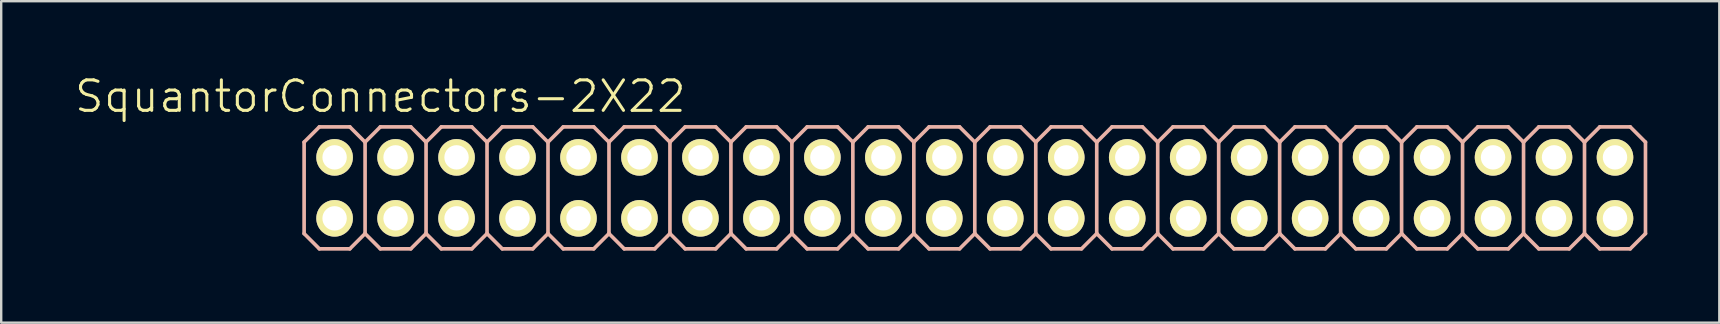
<source format=kicad_pcb>
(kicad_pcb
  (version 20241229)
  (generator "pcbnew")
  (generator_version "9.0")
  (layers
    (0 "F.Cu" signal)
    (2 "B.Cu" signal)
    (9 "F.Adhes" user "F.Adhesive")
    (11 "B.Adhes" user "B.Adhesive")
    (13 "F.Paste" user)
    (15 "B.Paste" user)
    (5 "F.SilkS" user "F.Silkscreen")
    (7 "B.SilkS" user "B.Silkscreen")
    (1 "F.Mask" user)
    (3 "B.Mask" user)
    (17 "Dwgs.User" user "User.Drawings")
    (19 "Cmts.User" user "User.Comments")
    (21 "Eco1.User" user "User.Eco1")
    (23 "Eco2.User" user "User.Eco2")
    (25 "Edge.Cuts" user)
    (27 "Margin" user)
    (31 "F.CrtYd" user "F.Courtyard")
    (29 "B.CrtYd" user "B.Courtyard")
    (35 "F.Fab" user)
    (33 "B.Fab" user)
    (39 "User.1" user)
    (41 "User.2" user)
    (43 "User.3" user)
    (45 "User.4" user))
  (footprint "SquantorConnectors-2X22"
    (layer "F.Cu")
    (at 36.289 4.776)
    (property "Reference" "SquantorConnectors-2X22" (at -23.495 -3.81 0) (layer "F.SilkS") (effects (font (size 1.27 1.27) (thickness 0.127))))
    (attr exclude_from_pos_files exclude_from_bom)
    (fp_line (start -25.654 -1.524) (end -25.146 -1.524) (stroke (width 0.066) (type solid)) (layer "F.SilkS"))
    (fp_line (start -25.654 -1.016) (end -25.654 -1.524) (stroke (width 0.066) (type solid)) (layer "F.SilkS"))
    (fp_line (start -25.654 -1.016) (end -25.146 -1.016) (stroke (width 0.066) (type solid)) (layer "F.SilkS"))
    (fp_line (start -25.654 1.016) (end -25.146 1.016) (stroke (width 0.066) (type solid)) (layer "F.SilkS"))
    (fp_line (start -25.654 1.524) (end -25.654 1.016) (stroke (width 0.066) (type solid)) (layer "F.SilkS"))
    (fp_line (start -25.654 1.524) (end -25.146 1.524) (stroke (width 0.066) (type solid)) (layer "F.SilkS"))
    (fp_line (start -25.146 -1.016) (end -25.146 -1.524) (stroke (width 0.066) (type solid)) (layer "F.SilkS"))
    (fp_line (start -25.146 1.524) (end -25.146 1.016) (stroke (width 0.066) (type solid)) (layer "F.SilkS"))
    (fp_line (start -23.114 -1.524) (end -22.606 -1.524) (stroke (width 0.066) (type solid)) (layer "F.SilkS"))
    (fp_line (start -23.114 -1.016) (end -23.114 -1.524) (stroke (width 0.066) (type solid)) (layer "F.SilkS"))
    (fp_line (start -23.114 -1.016) (end -22.606 -1.016) (stroke (width 0.066) (type solid)) (layer "F.SilkS"))
    (fp_line (start -23.114 1.016) (end -22.606 1.016) (stroke (width 0.066) (type solid)) (layer "F.SilkS"))
    (fp_line (start -23.114 1.524) (end -23.114 1.016) (stroke (width 0.066) (type solid)) (layer "F.SilkS"))
    (fp_line (start -23.114 1.524) (end -22.606 1.524) (stroke (width 0.066) (type solid)) (layer "F.SilkS"))
    (fp_line (start -22.606 -1.016) (end -22.606 -1.524) (stroke (width 0.066) (type solid)) (layer "F.SilkS"))
    (fp_line (start -22.606 1.524) (end -22.606 1.016) (stroke (width 0.066) (type solid)) (layer "F.SilkS"))
    (fp_line (start -20.574 -1.524) (end -20.066 -1.524) (stroke (width 0.066) (type solid)) (layer "F.SilkS"))
    (fp_line (start -20.574 -1.016) (end -20.574 -1.524) (stroke (width 0.066) (type solid)) (layer "F.SilkS"))
    (fp_line (start -20.574 -1.016) (end -20.066 -1.016) (stroke (width 0.066) (type solid)) (layer "F.SilkS"))
    (fp_line (start -20.574 1.016) (end -20.066 1.016) (stroke (width 0.066) (type solid)) (layer "F.SilkS"))
    (fp_line (start -20.574 1.524) (end -20.574 1.016) (stroke (width 0.066) (type solid)) (layer "F.SilkS"))
    (fp_line (start -20.574 1.524) (end -20.066 1.524) (stroke (width 0.066) (type solid)) (layer "F.SilkS"))
    (fp_line (start -20.066 -1.016) (end -20.066 -1.524) (stroke (width 0.066) (type solid)) (layer "F.SilkS"))
    (fp_line (start -20.066 1.524) (end -20.066 1.016) (stroke (width 0.066) (type solid)) (layer "F.SilkS"))
    (fp_line (start -18.034 -1.524) (end -17.523 -1.524) (stroke (width 0.066) (type solid)) (layer "F.SilkS"))
    (fp_line (start -18.034 -1.016) (end -18.034 -1.524) (stroke (width 0.066) (type solid)) (layer "F.SilkS"))
    (fp_line (start -18.034 -1.016) (end -17.523 -1.016) (stroke (width 0.066) (type solid)) (layer "F.SilkS"))
    (fp_line (start -18.034 1.016) (end -17.523 1.016) (stroke (width 0.066) (type solid)) (layer "F.SilkS"))
    (fp_line (start -18.034 1.524) (end -18.034 1.016) (stroke (width 0.066) (type solid)) (layer "F.SilkS"))
    (fp_line (start -18.034 1.524) (end -17.523 1.524) (stroke (width 0.066) (type solid)) (layer "F.SilkS"))
    (fp_line (start -17.523 -1.016) (end -17.523 -1.524) (stroke (width 0.066) (type solid)) (layer "F.SilkS"))
    (fp_line (start -17.523 1.524) (end -17.523 1.016) (stroke (width 0.066) (type solid)) (layer "F.SilkS"))
    (fp_line (start -15.494 -1.524) (end -14.986 -1.524) (stroke (width 0.066) (type solid)) (layer "F.SilkS"))
    (fp_line (start -15.494 -1.016) (end -15.494 -1.524) (stroke (width 0.066) (type solid)) (layer "F.SilkS"))
    (fp_line (start -15.494 -1.016) (end -14.986 -1.016) (stroke (width 0.066) (type solid)) (layer "F.SilkS"))
    (fp_line (start -15.494 1.016) (end -14.986 1.016) (stroke (width 0.066) (type solid)) (layer "F.SilkS"))
    (fp_line (start -15.494 1.524) (end -15.494 1.016) (stroke (width 0.066) (type solid)) (layer "F.SilkS"))
    (fp_line (start -15.494 1.524) (end -14.986 1.524) (stroke (width 0.066) (type solid)) (layer "F.SilkS"))
    (fp_line (start -14.986 -1.016) (end -14.986 -1.524) (stroke (width 0.066) (type solid)) (layer "F.SilkS"))
    (fp_line (start -14.986 1.524) (end -14.986 1.016) (stroke (width 0.066) (type solid)) (layer "F.SilkS"))
    (fp_line (start -12.954 -1.524) (end -12.446 -1.524) (stroke (width 0.066) (type solid)) (layer "F.SilkS"))
    (fp_line (start -12.954 -1.016) (end -12.954 -1.524) (stroke (width 0.066) (type solid)) (layer "F.SilkS"))
    (fp_line (start -12.954 -1.016) (end -12.446 -1.016) (stroke (width 0.066) (type solid)) (layer "F.SilkS"))
    (fp_line (start -12.954 1.016) (end -12.446 1.016) (stroke (width 0.066) (type solid)) (layer "F.SilkS"))
    (fp_line (start -12.954 1.524) (end -12.954 1.016) (stroke (width 0.066) (type solid)) (layer "F.SilkS"))
    (fp_line (start -12.954 1.524) (end -12.446 1.524) (stroke (width 0.066) (type solid)) (layer "F.SilkS"))
    (fp_line (start -12.446 -1.016) (end -12.446 -1.524) (stroke (width 0.066) (type solid)) (layer "F.SilkS"))
    (fp_line (start -12.446 1.524) (end -12.446 1.016) (stroke (width 0.066) (type solid)) (layer "F.SilkS"))
    (fp_line (start -10.414 -1.524) (end -9.906 -1.524) (stroke (width 0.066) (type solid)) (layer "F.SilkS"))
    (fp_line (start -10.414 -1.016) (end -10.414 -1.524) (stroke (width 0.066) (type solid)) (layer "F.SilkS"))
    (fp_line (start -10.414 -1.016) (end -9.906 -1.016) (stroke (width 0.066) (type solid)) (layer "F.SilkS"))
    (fp_line (start -10.414 1.016) (end -9.906 1.016) (stroke (width 0.066) (type solid)) (layer "F.SilkS"))
    (fp_line (start -10.414 1.524) (end -10.414 1.016) (stroke (width 0.066) (type solid)) (layer "F.SilkS"))
    (fp_line (start -10.414 1.524) (end -9.906 1.524) (stroke (width 0.066) (type solid)) (layer "F.SilkS"))
    (fp_line (start -9.906 -1.016) (end -9.906 -1.524) (stroke (width 0.066) (type solid)) (layer "F.SilkS"))
    (fp_line (start -9.906 1.524) (end -9.906 1.016) (stroke (width 0.066) (type solid)) (layer "F.SilkS"))
    (fp_line (start -7.874 -1.524) (end -7.366 -1.524) (stroke (width 0.066) (type solid)) (layer "F.SilkS"))
    (fp_line (start -7.874 -1.016) (end -7.874 -1.524) (stroke (width 0.066) (type solid)) (layer "F.SilkS"))
    (fp_line (start -7.874 -1.016) (end -7.366 -1.016) (stroke (width 0.066) (type solid)) (layer "F.SilkS"))
    (fp_line (start -7.874 1.016) (end -7.366 1.016) (stroke (width 0.066) (type solid)) (layer "F.SilkS"))
    (fp_line (start -7.874 1.524) (end -7.874 1.016) (stroke (width 0.066) (type solid)) (layer "F.SilkS"))
    (fp_line (start -7.874 1.524) (end -7.366 1.524) (stroke (width 0.066) (type solid)) (layer "F.SilkS"))
    (fp_line (start -7.366 -1.016) (end -7.366 -1.524) (stroke (width 0.066) (type solid)) (layer "F.SilkS"))
    (fp_line (start -7.366 1.524) (end -7.366 1.016) (stroke (width 0.066) (type solid)) (layer "F.SilkS"))
    (fp_line (start -5.334 -1.524) (end -4.826 -1.524) (stroke (width 0.066) (type solid)) (layer "F.SilkS"))
    (fp_line (start -5.334 -1.016) (end -5.334 -1.524) (stroke (width 0.066) (type solid)) (layer "F.SilkS"))
    (fp_line (start -5.334 -1.016) (end -4.826 -1.016) (stroke (width 0.066) (type solid)) (layer "F.SilkS"))
    (fp_line (start -5.334 1.016) (end -4.826 1.016) (stroke (width 0.066) (type solid)) (layer "F.SilkS"))
    (fp_line (start -5.334 1.524) (end -5.334 1.016) (stroke (width 0.066) (type solid)) (layer "F.SilkS"))
    (fp_line (start -5.334 1.524) (end -4.826 1.524) (stroke (width 0.066) (type solid)) (layer "F.SilkS"))
    (fp_line (start -4.826 -1.016) (end -4.826 -1.524) (stroke (width 0.066) (type solid)) (layer "F.SilkS"))
    (fp_line (start -4.826 1.524) (end -4.826 1.016) (stroke (width 0.066) (type solid)) (layer "F.SilkS"))
    (fp_line (start -2.794 -1.524) (end -2.286 -1.524) (stroke (width 0.066) (type solid)) (layer "F.SilkS"))
    (fp_line (start -2.794 -1.016) (end -2.794 -1.524) (stroke (width 0.066) (type solid)) (layer "F.SilkS"))
    (fp_line (start -2.794 -1.016) (end -2.286 -1.016) (stroke (width 0.066) (type solid)) (layer "F.SilkS"))
    (fp_line (start -2.794 1.016) (end -2.286 1.016) (stroke (width 0.066) (type solid)) (layer "F.SilkS"))
    (fp_line (start -2.794 1.524) (end -2.794 1.016) (stroke (width 0.066) (type solid)) (layer "F.SilkS"))
    (fp_line (start -2.794 1.524) (end -2.286 1.524) (stroke (width 0.066) (type solid)) (layer "F.SilkS"))
    (fp_line (start -2.286 -1.016) (end -2.286 -1.524) (stroke (width 0.066) (type solid)) (layer "F.SilkS"))
    (fp_line (start -2.286 1.524) (end -2.286 1.016) (stroke (width 0.066) (type solid)) (layer "F.SilkS"))
    (fp_line (start -0.254 -1.524) (end 0.254 -1.524) (stroke (width 0.066) (type solid)) (layer "F.SilkS"))
    (fp_line (start -0.254 -1.016) (end -0.254 -1.524) (stroke (width 0.066) (type solid)) (layer "F.SilkS"))
    (fp_line (start -0.254 -1.016) (end 0.254 -1.016) (stroke (width 0.066) (type solid)) (layer "F.SilkS"))
    (fp_line (start -0.254 1.016) (end 0.254 1.016) (stroke (width 0.066) (type solid)) (layer "F.SilkS"))
    (fp_line (start -0.254 1.524) (end -0.254 1.016) (stroke (width 0.066) (type solid)) (layer "F.SilkS"))
    (fp_line (start -0.254 1.524) (end 0.254 1.524) (stroke (width 0.066) (type solid)) (layer "F.SilkS"))
    (fp_line (start 0.254 -1.016) (end 0.254 -1.524) (stroke (width 0.066) (type solid)) (layer "F.SilkS"))
    (fp_line (start 0.254 1.524) (end 0.254 1.016) (stroke (width 0.066) (type solid)) (layer "F.SilkS"))
    (fp_line (start 2.286 -1.524) (end 2.794 -1.524) (stroke (width 0.066) (type solid)) (layer "F.SilkS"))
    (fp_line (start 2.286 -1.016) (end 2.286 -1.524) (stroke (width 0.066) (type solid)) (layer "F.SilkS"))
    (fp_line (start 2.286 -1.016) (end 2.794 -1.016) (stroke (width 0.066) (type solid)) (layer "F.SilkS"))
    (fp_line (start 2.286 1.016) (end 2.794 1.016) (stroke (width 0.066) (type solid)) (layer "F.SilkS"))
    (fp_line (start 2.286 1.524) (end 2.286 1.016) (stroke (width 0.066) (type solid)) (layer "F.SilkS"))
    (fp_line (start 2.286 1.524) (end 2.794 1.524) (stroke (width 0.066) (type solid)) (layer "F.SilkS"))
    (fp_line (start 2.794 -1.016) (end 2.794 -1.524) (stroke (width 0.066) (type solid)) (layer "F.SilkS"))
    (fp_line (start 2.794 1.524) (end 2.794 1.016) (stroke (width 0.066) (type solid)) (layer "F.SilkS"))
    (fp_line (start 4.826 -1.524) (end 5.334 -1.524) (stroke (width 0.066) (type solid)) (layer "F.SilkS"))
    (fp_line (start 4.826 -1.016) (end 4.826 -1.524) (stroke (width 0.066) (type solid)) (layer "F.SilkS"))
    (fp_line (start 4.826 -1.016) (end 5.334 -1.016) (stroke (width 0.066) (type solid)) (layer "F.SilkS"))
    (fp_line (start 4.826 1.016) (end 5.334 1.016) (stroke (width 0.066) (type solid)) (layer "F.SilkS"))
    (fp_line (start 4.826 1.524) (end 4.826 1.016) (stroke (width 0.066) (type solid)) (layer "F.SilkS"))
    (fp_line (start 4.826 1.524) (end 5.334 1.524) (stroke (width 0.066) (type solid)) (layer "F.SilkS"))
    (fp_line (start 5.334 -1.016) (end 5.334 -1.524) (stroke (width 0.066) (type solid)) (layer "F.SilkS"))
    (fp_line (start 5.334 1.524) (end 5.334 1.016) (stroke (width 0.066) (type solid)) (layer "F.SilkS"))
    (fp_line (start 7.366 -1.524) (end 7.874 -1.524) (stroke (width 0.066) (type solid)) (layer "F.SilkS"))
    (fp_line (start 7.366 -1.016) (end 7.366 -1.524) (stroke (width 0.066) (type solid)) (layer "F.SilkS"))
    (fp_line (start 7.366 -1.016) (end 7.874 -1.016) (stroke (width 0.066) (type solid)) (layer "F.SilkS"))
    (fp_line (start 7.366 1.016) (end 7.874 1.016) (stroke (width 0.066) (type solid)) (layer "F.SilkS"))
    (fp_line (start 7.366 1.524) (end 7.366 1.016) (stroke (width 0.066) (type solid)) (layer "F.SilkS"))
    (fp_line (start 7.366 1.524) (end 7.874 1.524) (stroke (width 0.066) (type solid)) (layer "F.SilkS"))
    (fp_line (start 7.874 -1.016) (end 7.874 -1.524) (stroke (width 0.066) (type solid)) (layer "F.SilkS"))
    (fp_line (start 7.874 1.524) (end 7.874 1.016) (stroke (width 0.066) (type solid)) (layer "F.SilkS"))
    (fp_line (start 9.906 -1.524) (end 10.414 -1.524) (stroke (width 0.066) (type solid)) (layer "F.SilkS"))
    (fp_line (start 9.906 -1.016) (end 9.906 -1.524) (stroke (width 0.066) (type solid)) (layer "F.SilkS"))
    (fp_line (start 9.906 -1.016) (end 10.414 -1.016) (stroke (width 0.066) (type solid)) (layer "F.SilkS"))
    (fp_line (start 9.906 1.016) (end 10.414 1.016) (stroke (width 0.066) (type solid)) (layer "F.SilkS"))
    (fp_line (start 9.906 1.524) (end 9.906 1.016) (stroke (width 0.066) (type solid)) (layer "F.SilkS"))
    (fp_line (start 9.906 1.524) (end 10.414 1.524) (stroke (width 0.066) (type solid)) (layer "F.SilkS"))
    (fp_line (start 10.414 -1.016) (end 10.414 -1.524) (stroke (width 0.066) (type solid)) (layer "F.SilkS"))
    (fp_line (start 10.414 1.524) (end 10.414 1.016) (stroke (width 0.066) (type solid)) (layer "F.SilkS"))
    (fp_line (start 12.446 -1.524) (end 12.954 -1.524) (stroke (width 0.066) (type solid)) (layer "F.SilkS"))
    (fp_line (start 12.446 -1.016) (end 12.446 -1.524) (stroke (width 0.066) (type solid)) (layer "F.SilkS"))
    (fp_line (start 12.446 -1.016) (end 12.954 -1.016) (stroke (width 0.066) (type solid)) (layer "F.SilkS"))
    (fp_line (start 12.446 1.016) (end 12.954 1.016) (stroke (width 0.066) (type solid)) (layer "F.SilkS"))
    (fp_line (start 12.446 1.524) (end 12.446 1.016) (stroke (width 0.066) (type solid)) (layer "F.SilkS"))
    (fp_line (start 12.446 1.524) (end 12.954 1.524) (stroke (width 0.066) (type solid)) (layer "F.SilkS"))
    (fp_line (start 12.954 -1.016) (end 12.954 -1.524) (stroke (width 0.066) (type solid)) (layer "F.SilkS"))
    (fp_line (start 12.954 1.524) (end 12.954 1.016) (stroke (width 0.066) (type solid)) (layer "F.SilkS"))
    (fp_line (start 14.986 -1.524) (end 15.494 -1.524) (stroke (width 0.066) (type solid)) (layer "F.SilkS"))
    (fp_line (start 14.986 -1.016) (end 14.986 -1.524) (stroke (width 0.066) (type solid)) (layer "F.SilkS"))
    (fp_line (start 14.986 -1.016) (end 15.494 -1.016) (stroke (width 0.066) (type solid)) (layer "F.SilkS"))
    (fp_line (start 14.986 1.016) (end 15.494 1.016) (stroke (width 0.066) (type solid)) (layer "F.SilkS"))
    (fp_line (start 14.986 1.524) (end 14.986 1.016) (stroke (width 0.066) (type solid)) (layer "F.SilkS"))
    (fp_line (start 14.986 1.524) (end 15.494 1.524) (stroke (width 0.066) (type solid)) (layer "F.SilkS"))
    (fp_line (start 15.494 -1.016) (end 15.494 -1.524) (stroke (width 0.066) (type solid)) (layer "F.SilkS"))
    (fp_line (start 15.494 1.524) (end 15.494 1.016) (stroke (width 0.066) (type solid)) (layer "F.SilkS"))
    (fp_line (start 17.523 -1.524) (end 18.034 -1.524) (stroke (width 0.066) (type solid)) (layer "F.SilkS"))
    (fp_line (start 17.523 -1.016) (end 17.523 -1.524) (stroke (width 0.066) (type solid)) (layer "F.SilkS"))
    (fp_line (start 17.523 -1.016) (end 18.034 -1.016) (stroke (width 0.066) (type solid)) (layer "F.SilkS"))
    (fp_line (start 17.523 1.016) (end 18.034 1.016) (stroke (width 0.066) (type solid)) (layer "F.SilkS"))
    (fp_line (start 17.523 1.524) (end 17.523 1.016) (stroke (width 0.066) (type solid)) (layer "F.SilkS"))
    (fp_line (start 17.523 1.524) (end 18.034 1.524) (stroke (width 0.066) (type solid)) (layer "F.SilkS"))
    (fp_line (start 18.034 -1.016) (end 18.034 -1.524) (stroke (width 0.066) (type solid)) (layer "F.SilkS"))
    (fp_line (start 18.034 1.524) (end 18.034 1.016) (stroke (width 0.066) (type solid)) (layer "F.SilkS"))
    (fp_line (start 20.066 -1.524) (end 20.574 -1.524) (stroke (width 0.066) (type solid)) (layer "F.SilkS"))
    (fp_line (start 20.066 -1.016) (end 20.066 -1.524) (stroke (width 0.066) (type solid)) (layer "F.SilkS"))
    (fp_line (start 20.066 -1.016) (end 20.574 -1.016) (stroke (width 0.066) (type solid)) (layer "F.SilkS"))
    (fp_line (start 20.066 1.016) (end 20.574 1.016) (stroke (width 0.066) (type solid)) (layer "F.SilkS"))
    (fp_line (start 20.066 1.524) (end 20.066 1.016) (stroke (width 0.066) (type solid)) (layer "F.SilkS"))
    (fp_line (start 20.066 1.524) (end 20.574 1.524) (stroke (width 0.066) (type solid)) (layer "F.SilkS"))
    (fp_line (start 20.574 -1.016) (end 20.574 -1.524) (stroke (width 0.066) (type solid)) (layer "F.SilkS"))
    (fp_line (start 20.574 1.524) (end 20.574 1.016) (stroke (width 0.066) (type solid)) (layer "F.SilkS"))
    (fp_line (start 22.606 -1.524) (end 23.114 -1.524) (stroke (width 0.066) (type solid)) (layer "F.SilkS"))
    (fp_line (start 22.606 -1.016) (end 22.606 -1.524) (stroke (width 0.066) (type solid)) (layer "F.SilkS"))
    (fp_line (start 22.606 -1.016) (end 23.114 -1.016) (stroke (width 0.066) (type solid)) (layer "F.SilkS"))
    (fp_line (start 22.606 1.016) (end 23.114 1.016) (stroke (width 0.066) (type solid)) (layer "F.SilkS"))
    (fp_line (start 22.606 1.524) (end 22.606 1.016) (stroke (width 0.066) (type solid)) (layer "F.SilkS"))
    (fp_line (start 22.606 1.524) (end 23.114 1.524) (stroke (width 0.066) (type solid)) (layer "F.SilkS"))
    (fp_line (start 23.114 -1.016) (end 23.114 -1.524) (stroke (width 0.066) (type solid)) (layer "F.SilkS"))
    (fp_line (start 23.114 1.524) (end 23.114 1.016) (stroke (width 0.066) (type solid)) (layer "F.SilkS"))
    (fp_line (start 25.146 -1.524) (end 25.654 -1.524) (stroke (width 0.066) (type solid)) (layer "F.SilkS"))
    (fp_line (start 25.146 -1.016) (end 25.146 -1.524) (stroke (width 0.066) (type solid)) (layer "F.SilkS"))
    (fp_line (start 25.146 -1.016) (end 25.654 -1.016) (stroke (width 0.066) (type solid)) (layer "F.SilkS"))
    (fp_line (start 25.146 1.016) (end 25.654 1.016) (stroke (width 0.066) (type solid)) (layer "F.SilkS"))
    (fp_line (start 25.146 1.524) (end 25.146 1.016) (stroke (width 0.066) (type solid)) (layer "F.SilkS"))
    (fp_line (start 25.146 1.524) (end 25.654 1.524) (stroke (width 0.066) (type solid)) (layer "F.SilkS"))
    (fp_line (start 25.654 -1.016) (end 25.654 -1.524) (stroke (width 0.066) (type solid)) (layer "F.SilkS"))
    (fp_line (start 25.654 1.524) (end 25.654 1.016) (stroke (width 0.066) (type solid)) (layer "F.SilkS"))
    (fp_line (start 27.686 -1.524) (end 28.194 -1.524) (stroke (width 0.066) (type solid)) (layer "F.SilkS"))
    (fp_line (start 27.686 -1.016) (end 27.686 -1.524) (stroke (width 0.066) (type solid)) (layer "F.SilkS"))
    (fp_line (start 27.686 -1.016) (end 28.194 -1.016) (stroke (width 0.066) (type solid)) (layer "F.SilkS"))
    (fp_line (start 27.686 1.016) (end 28.194 1.016) (stroke (width 0.066) (type solid)) (layer "F.SilkS"))
    (fp_line (start 27.686 1.524) (end 27.686 1.016) (stroke (width 0.066) (type solid)) (layer "F.SilkS"))
    (fp_line (start 27.686 1.524) (end 28.194 1.524) (stroke (width 0.066) (type solid)) (layer "F.SilkS"))
    (fp_line (start 28.194 -1.016) (end 28.194 -1.524) (stroke (width 0.066) (type solid)) (layer "F.SilkS"))
    (fp_line (start 28.194 1.524) (end 28.194 1.016) (stroke (width 0.066) (type solid)) (layer "F.SilkS"))
    (fp_line (start -26.67 -1.905) (end -26.035 -2.54) (stroke (width 0.152) (type solid)) (layer "B.SilkS"))
    (fp_line (start -26.67 1.905) (end -26.67 -1.905) (stroke (width 0.152) (type solid)) (layer "B.SilkS"))
    (fp_line (start -26.67 1.905) (end -26.035 2.54) (stroke (width 0.152) (type solid)) (layer "B.SilkS"))
    (fp_line (start -26.035 -2.54) (end -24.765 -2.54) (stroke (width 0.152) (type solid)) (layer "B.SilkS"))
    (fp_line (start -26.035 2.54) (end -24.765 2.54) (stroke (width 0.152) (type solid)) (layer "B.SilkS"))
    (fp_line (start -24.765 -2.54) (end -24.13 -1.905) (stroke (width 0.152) (type solid)) (layer "B.SilkS"))
    (fp_line (start -24.765 2.54) (end -24.13 1.905) (stroke (width 0.152) (type solid)) (layer "B.SilkS"))
    (fp_line (start -24.13 -1.905) (end -24.13 1.905) (stroke (width 0.152) (type solid)) (layer "B.SilkS"))
    (fp_line (start -24.13 -1.905) (end -23.495 -2.54) (stroke (width 0.152) (type solid)) (layer "B.SilkS"))
    (fp_line (start -24.13 1.905) (end -23.495 2.54) (stroke (width 0.152) (type solid)) (layer "B.SilkS"))
    (fp_line (start -23.495 -2.54) (end -22.225 -2.54) (stroke (width 0.152) (type solid)) (layer "B.SilkS"))
    (fp_line (start -23.495 2.54) (end -22.225 2.54) (stroke (width 0.152) (type solid)) (layer "B.SilkS"))
    (fp_line (start -22.225 -2.54) (end -21.59 -1.905) (stroke (width 0.152) (type solid)) (layer "B.SilkS"))
    (fp_line (start -22.225 2.54) (end -21.59 1.905) (stroke (width 0.152) (type solid)) (layer "B.SilkS"))
    (fp_line (start -21.59 -1.905) (end -21.59 1.905) (stroke (width 0.152) (type solid)) (layer "B.SilkS"))
    (fp_line (start -21.59 -1.905) (end -20.955 -2.54) (stroke (width 0.152) (type solid)) (layer "B.SilkS"))
    (fp_line (start -21.59 1.905) (end -20.955 2.54) (stroke (width 0.152) (type solid)) (layer "B.SilkS"))
    (fp_line (start -20.955 -2.54) (end -19.685 -2.54) (stroke (width 0.152) (type solid)) (layer "B.SilkS"))
    (fp_line (start -20.955 2.54) (end -19.685 2.54) (stroke (width 0.152) (type solid)) (layer "B.SilkS"))
    (fp_line (start -19.685 -2.54) (end -19.05 -1.905) (stroke (width 0.152) (type solid)) (layer "B.SilkS"))
    (fp_line (start -19.685 2.54) (end -19.05 1.905) (stroke (width 0.152) (type solid)) (layer "B.SilkS"))
    (fp_line (start -19.05 -1.905) (end -19.05 1.905) (stroke (width 0.152) (type solid)) (layer "B.SilkS"))
    (fp_line (start -19.05 -1.905) (end -18.415 -2.54) (stroke (width 0.152) (type solid)) (layer "B.SilkS"))
    (fp_line (start -19.05 1.905) (end -18.415 2.54) (stroke (width 0.152) (type solid)) (layer "B.SilkS"))
    (fp_line (start -18.415 -2.54) (end -17.145 -2.54) (stroke (width 0.152) (type solid)) (layer "B.SilkS"))
    (fp_line (start -18.415 2.54) (end -17.145 2.54) (stroke (width 0.152) (type solid)) (layer "B.SilkS"))
    (fp_line (start -17.145 -2.54) (end -16.51 -1.905) (stroke (width 0.152) (type solid)) (layer "B.SilkS"))
    (fp_line (start -17.145 2.54) (end -16.51 1.905) (stroke (width 0.152) (type solid)) (layer "B.SilkS"))
    (fp_line (start -16.51 -1.905) (end -16.51 1.905) (stroke (width 0.152) (type solid)) (layer "B.SilkS"))
    (fp_line (start -16.51 -1.905) (end -15.875 -2.54) (stroke (width 0.152) (type solid)) (layer "B.SilkS"))
    (fp_line (start -16.51 1.905) (end -15.875 2.54) (stroke (width 0.152) (type solid)) (layer "B.SilkS"))
    (fp_line (start -15.875 -2.54) (end -14.605 -2.54) (stroke (width 0.152) (type solid)) (layer "B.SilkS"))
    (fp_line (start -15.875 2.54) (end -14.605 2.54) (stroke (width 0.152) (type solid)) (layer "B.SilkS"))
    (fp_line (start -14.605 -2.54) (end -13.97 -1.905) (stroke (width 0.152) (type solid)) (layer "B.SilkS"))
    (fp_line (start -14.605 2.54) (end -13.97 1.905) (stroke (width 0.152) (type solid)) (layer "B.SilkS"))
    (fp_line (start -13.97 -1.905) (end -13.97 1.905) (stroke (width 0.152) (type solid)) (layer "B.SilkS"))
    (fp_line (start -13.97 -1.905) (end -13.335 -2.54) (stroke (width 0.152) (type solid)) (layer "B.SilkS"))
    (fp_line (start -13.97 1.905) (end -13.335 2.54) (stroke (width 0.152) (type solid)) (layer "B.SilkS"))
    (fp_line (start -13.335 -2.54) (end -12.065 -2.54) (stroke (width 0.152) (type solid)) (layer "B.SilkS"))
    (fp_line (start -13.335 2.54) (end -12.065 2.54) (stroke (width 0.152) (type solid)) (layer "B.SilkS"))
    (fp_line (start -12.065 -2.54) (end -11.43 -1.905) (stroke (width 0.152) (type solid)) (layer "B.SilkS"))
    (fp_line (start -12.065 2.54) (end -11.43 1.905) (stroke (width 0.152) (type solid)) (layer "B.SilkS"))
    (fp_line (start -11.43 -1.905) (end -11.43 1.905) (stroke (width 0.152) (type solid)) (layer "B.SilkS"))
    (fp_line (start -11.43 -1.905) (end -10.795 -2.54) (stroke (width 0.152) (type solid)) (layer "B.SilkS"))
    (fp_line (start -11.43 1.905) (end -10.795 2.54) (stroke (width 0.152) (type solid)) (layer "B.SilkS"))
    (fp_line (start -10.795 -2.54) (end -9.525 -2.54) (stroke (width 0.152) (type solid)) (layer "B.SilkS"))
    (fp_line (start -9.525 -2.54) (end -8.89 -1.905) (stroke (width 0.152) (type solid)) (layer "B.SilkS"))
    (fp_line (start -9.525 2.54) (end -10.795 2.54) (stroke (width 0.152) (type solid)) (layer "B.SilkS"))
    (fp_line (start -8.89 -1.905) (end -8.89 1.905) (stroke (width 0.152) (type solid)) (layer "B.SilkS"))
    (fp_line (start -8.89 -1.905) (end -8.255 -2.54) (stroke (width 0.152) (type solid)) (layer "B.SilkS"))
    (fp_line (start -8.89 1.905) (end -9.525 2.54) (stroke (width 0.152) (type solid)) (layer "B.SilkS"))
    (fp_line (start -8.89 1.905) (end -8.255 2.54) (stroke (width 0.152) (type solid)) (layer "B.SilkS"))
    (fp_line (start -8.255 -2.54) (end -6.985 -2.54) (stroke (width 0.152) (type solid)) (layer "B.SilkS"))
    (fp_line (start -6.985 -2.54) (end -6.35 -1.905) (stroke (width 0.152) (type solid)) (layer "B.SilkS"))
    (fp_line (start -6.985 2.54) (end -8.255 2.54) (stroke (width 0.152) (type solid)) (layer "B.SilkS"))
    (fp_line (start -6.35 -1.905) (end -6.35 1.905) (stroke (width 0.152) (type solid)) (layer "B.SilkS"))
    (fp_line (start -6.35 -1.905) (end -5.715 -2.54) (stroke (width 0.152) (type solid)) (layer "B.SilkS"))
    (fp_line (start -6.35 1.905) (end -6.985 2.54) (stroke (width 0.152) (type solid)) (layer "B.SilkS"))
    (fp_line (start -6.35 1.905) (end -5.715 2.54) (stroke (width 0.152) (type solid)) (layer "B.SilkS"))
    (fp_line (start -5.715 -2.54) (end -4.445 -2.54) (stroke (width 0.152) (type solid)) (layer "B.SilkS"))
    (fp_line (start -4.445 -2.54) (end -3.81 -1.905) (stroke (width 0.152) (type solid)) (layer "B.SilkS"))
    (fp_line (start -4.445 2.54) (end -5.715 2.54) (stroke (width 0.152) (type solid)) (layer "B.SilkS"))
    (fp_line (start -3.81 -1.905) (end -3.81 1.905) (stroke (width 0.152) (type solid)) (layer "B.SilkS"))
    (fp_line (start -3.81 -1.905) (end -3.175 -2.54) (stroke (width 0.152) (type solid)) (layer "B.SilkS"))
    (fp_line (start -3.81 1.905) (end -4.445 2.54) (stroke (width 0.152) (type solid)) (layer "B.SilkS"))
    (fp_line (start -3.81 1.905) (end -3.175 2.54) (stroke (width 0.152) (type solid)) (layer "B.SilkS"))
    (fp_line (start -3.175 -2.54) (end -1.905 -2.54) (stroke (width 0.152) (type solid)) (layer "B.SilkS"))
    (fp_line (start -1.905 -2.54) (end -1.27 -1.905) (stroke (width 0.152) (type solid)) (layer "B.SilkS"))
    (fp_line (start -1.905 2.54) (end -3.175 2.54) (stroke (width 0.152) (type solid)) (layer "B.SilkS"))
    (fp_line (start -1.27 -1.905) (end -1.27 1.905) (stroke (width 0.152) (type solid)) (layer "B.SilkS"))
    (fp_line (start -1.27 -1.905) (end -0.635 -2.54) (stroke (width 0.152) (type solid)) (layer "B.SilkS"))
    (fp_line (start -1.27 1.905) (end -1.905 2.54) (stroke (width 0.152) (type solid)) (layer "B.SilkS"))
    (fp_line (start -1.27 1.905) (end -0.635 2.54) (stroke (width 0.152) (type solid)) (layer "B.SilkS"))
    (fp_line (start -0.635 -2.54) (end 0.635 -2.54) (stroke (width 0.152) (type solid)) (layer "B.SilkS"))
    (fp_line (start 0.635 -2.54) (end 1.27 -1.905) (stroke (width 0.152) (type solid)) (layer "B.SilkS"))
    (fp_line (start 0.635 2.54) (end -0.635 2.54) (stroke (width 0.152) (type solid)) (layer "B.SilkS"))
    (fp_line (start 1.27 -1.905) (end 1.27 1.905) (stroke (width 0.152) (type solid)) (layer "B.SilkS"))
    (fp_line (start 1.27 -1.905) (end 1.905 -2.54) (stroke (width 0.152) (type solid)) (layer "B.SilkS"))
    (fp_line (start 1.27 1.905) (end 0.635 2.54) (stroke (width 0.152) (type solid)) (layer "B.SilkS"))
    (fp_line (start 1.27 1.905) (end 1.905 2.54) (stroke (width 0.152) (type solid)) (layer "B.SilkS"))
    (fp_line (start 1.905 -2.54) (end 3.175 -2.54) (stroke (width 0.152) (type solid)) (layer "B.SilkS"))
    (fp_line (start 3.175 2.54) (end 1.905 2.54) (stroke (width 0.152) (type solid)) (layer "B.SilkS"))
    (fp_line (start 3.81 -1.905) (end 3.175 -2.54) (stroke (width 0.152) (type solid)) (layer "B.SilkS"))
    (fp_line (start 3.81 -1.905) (end 3.81 1.905) (stroke (width 0.152) (type solid)) (layer "B.SilkS"))
    (fp_line (start 3.81 -1.905) (end 4.445 -2.54) (stroke (width 0.152) (type solid)) (layer "B.SilkS"))
    (fp_line (start 3.81 1.905) (end 3.175 2.54) (stroke (width 0.152) (type solid)) (layer "B.SilkS"))
    (fp_line (start 3.81 1.905) (end 4.445 2.54) (stroke (width 0.152) (type solid)) (layer "B.SilkS"))
    (fp_line (start 5.715 -2.54) (end 4.445 -2.54) (stroke (width 0.152) (type solid)) (layer "B.SilkS"))
    (fp_line (start 5.715 -2.54) (end 6.35 -1.905) (stroke (width 0.152) (type solid)) (layer "B.SilkS"))
    (fp_line (start 5.715 2.54) (end 4.445 2.54) (stroke (width 0.152) (type solid)) (layer "B.SilkS"))
    (fp_line (start 6.35 -1.905) (end 6.35 1.905) (stroke (width 0.152) (type solid)) (layer "B.SilkS"))
    (fp_line (start 6.35 -1.905) (end 6.985 -2.54) (stroke (width 0.152) (type solid)) (layer "B.SilkS"))
    (fp_line (start 6.35 1.905) (end 5.715 2.54) (stroke (width 0.152) (type solid)) (layer "B.SilkS"))
    (fp_line (start 6.35 1.905) (end 6.985 2.54) (stroke (width 0.152) (type solid)) (layer "B.SilkS"))
    (fp_line (start 8.255 -2.54) (end 6.985 -2.54) (stroke (width 0.152) (type solid)) (layer "B.SilkS"))
    (fp_line (start 8.255 -2.54) (end 8.89 -1.905) (stroke (width 0.152) (type solid)) (layer "B.SilkS"))
    (fp_line (start 8.255 2.54) (end 6.985 2.54) (stroke (width 0.152) (type solid)) (layer "B.SilkS"))
    (fp_line (start 8.89 -1.905) (end 8.89 1.905) (stroke (width 0.152) (type solid)) (layer "B.SilkS"))
    (fp_line (start 8.89 -1.905) (end 9.525 -2.54) (stroke (width 0.152) (type solid)) (layer "B.SilkS"))
    (fp_line (start 8.89 1.905) (end 8.255 2.54) (stroke (width 0.152) (type solid)) (layer "B.SilkS"))
    (fp_line (start 9.525 2.54) (end 8.89 1.905) (stroke (width 0.152) (type solid)) (layer "B.SilkS"))
    (fp_line (start 9.525 2.54) (end 10.795 2.54) (stroke (width 0.152) (type solid)) (layer "B.SilkS"))
    (fp_line (start 10.795 -2.54) (end 9.525 -2.54) (stroke (width 0.152) (type solid)) (layer "B.SilkS"))
    (fp_line (start 10.795 -2.54) (end 11.43 -1.905) (stroke (width 0.152) (type solid)) (layer "B.SilkS"))
    (fp_line (start 11.43 -1.905) (end 11.43 1.905) (stroke (width 0.152) (type solid)) (layer "B.SilkS"))
    (fp_line (start 11.43 -1.905) (end 12.065 -2.54) (stroke (width 0.152) (type solid)) (layer "B.SilkS"))
    (fp_line (start 11.43 1.905) (end 10.795 2.54) (stroke (width 0.152) (type solid)) (layer "B.SilkS"))
    (fp_line (start 12.065 2.54) (end 11.43 1.905) (stroke (width 0.152) (type solid)) (layer "B.SilkS"))
    (fp_line (start 12.065 2.54) (end 13.335 2.54) (stroke (width 0.152) (type solid)) (layer "B.SilkS"))
    (fp_line (start 13.335 -2.54) (end 12.065 -2.54) (stroke (width 0.152) (type solid)) (layer "B.SilkS"))
    (fp_line (start 13.335 -2.54) (end 13.97 -1.905) (stroke (width 0.152) (type solid)) (layer "B.SilkS"))
    (fp_line (start 13.97 -1.905) (end 13.97 1.905) (stroke (width 0.152) (type solid)) (layer "B.SilkS"))
    (fp_line (start 13.97 -1.905) (end 14.605 -2.54) (stroke (width 0.152) (type solid)) (layer "B.SilkS"))
    (fp_line (start 13.97 1.905) (end 13.335 2.54) (stroke (width 0.152) (type solid)) (layer "B.SilkS"))
    (fp_line (start 13.97 1.905) (end 14.605 2.54) (stroke (width 0.152) (type solid)) (layer "B.SilkS"))
    (fp_line (start 15.875 -2.54) (end 14.605 -2.54) (stroke (width 0.152) (type solid)) (layer "B.SilkS"))
    (fp_line (start 15.875 -2.54) (end 16.51 -1.905) (stroke (width 0.152) (type solid)) (layer "B.SilkS"))
    (fp_line (start 15.875 2.54) (end 14.605 2.54) (stroke (width 0.152) (type solid)) (layer "B.SilkS"))
    (fp_line (start 16.51 -1.905) (end 16.51 1.905) (stroke (width 0.152) (type solid)) (layer "B.SilkS"))
    (fp_line (start 16.51 -1.905) (end 17.145 -2.54) (stroke (width 0.152) (type solid)) (layer "B.SilkS"))
    (fp_line (start 16.51 1.905) (end 15.875 2.54) (stroke (width 0.152) (type solid)) (layer "B.SilkS"))
    (fp_line (start 16.51 1.905) (end 17.145 2.54) (stroke (width 0.152) (type solid)) (layer "B.SilkS"))
    (fp_line (start 18.415 -2.54) (end 17.145 -2.54) (stroke (width 0.152) (type solid)) (layer "B.SilkS"))
    (fp_line (start 18.415 -2.54) (end 19.05 -1.905) (stroke (width 0.152) (type solid)) (layer "B.SilkS"))
    (fp_line (start 18.415 2.54) (end 17.145 2.54) (stroke (width 0.152) (type solid)) (layer "B.SilkS"))
    (fp_line (start 19.05 -1.905) (end 19.05 1.905) (stroke (width 0.152) (type solid)) (layer "B.SilkS"))
    (fp_line (start 19.05 -1.905) (end 19.685 -2.54) (stroke (width 0.152) (type solid)) (layer "B.SilkS"))
    (fp_line (start 19.05 1.905) (end 18.415 2.54) (stroke (width 0.152) (type solid)) (layer "B.SilkS"))
    (fp_line (start 19.05 1.905) (end 19.685 2.54) (stroke (width 0.152) (type solid)) (layer "B.SilkS"))
    (fp_line (start 20.955 -2.54) (end 19.685 -2.54) (stroke (width 0.152) (type solid)) (layer "B.SilkS"))
    (fp_line (start 20.955 -2.54) (end 21.59 -1.905) (stroke (width 0.152) (type solid)) (layer "B.SilkS"))
    (fp_line (start 20.955 2.54) (end 19.685 2.54) (stroke (width 0.152) (type solid)) (layer "B.SilkS"))
    (fp_line (start 21.59 -1.905) (end 21.59 1.905) (stroke (width 0.152) (type solid)) (layer "B.SilkS"))
    (fp_line (start 21.59 -1.905) (end 22.225 -2.54) (stroke (width 0.152) (type solid)) (layer "B.SilkS"))
    (fp_line (start 21.59 1.905) (end 20.955 2.54) (stroke (width 0.152) (type solid)) (layer "B.SilkS"))
    (fp_line (start 21.59 1.905) (end 22.225 2.54) (stroke (width 0.152) (type solid)) (layer "B.SilkS"))
    (fp_line (start 23.495 -2.54) (end 22.225 -2.54) (stroke (width 0.152) (type solid)) (layer "B.SilkS"))
    (fp_line (start 23.495 -2.54) (end 24.13 -1.905) (stroke (width 0.152) (type solid)) (layer "B.SilkS"))
    (fp_line (start 23.495 2.54) (end 22.225 2.54) (stroke (width 0.152) (type solid)) (layer "B.SilkS"))
    (fp_line (start 24.13 -1.905) (end 24.13 1.905) (stroke (width 0.152) (type solid)) (layer "B.SilkS"))
    (fp_line (start 24.13 -1.905) (end 24.765 -2.54) (stroke (width 0.152) (type solid)) (layer "B.SilkS"))
    (fp_line (start 24.13 1.905) (end 23.495 2.54) (stroke (width 0.152) (type solid)) (layer "B.SilkS"))
    (fp_line (start 24.13 1.905) (end 24.765 2.54) (stroke (width 0.152) (type solid)) (layer "B.SilkS"))
    (fp_line (start 26.035 -2.54) (end 24.765 -2.54) (stroke (width 0.152) (type solid)) (layer "B.SilkS"))
    (fp_line (start 26.035 -2.54) (end 26.67 -1.905) (stroke (width 0.152) (type solid)) (layer "B.SilkS"))
    (fp_line (start 26.035 2.54) (end 24.765 2.54) (stroke (width 0.152) (type solid)) (layer "B.SilkS"))
    (fp_line (start 26.67 -1.905) (end 26.67 1.905) (stroke (width 0.152) (type solid)) (layer "B.SilkS"))
    (fp_line (start 26.67 -1.905) (end 27.305 -2.54) (stroke (width 0.152) (type solid)) (layer "B.SilkS"))
    (fp_line (start 26.67 1.905) (end 26.035 2.54) (stroke (width 0.152) (type solid)) (layer "B.SilkS"))
    (fp_line (start 26.67 1.905) (end 27.305 2.54) (stroke (width 0.152) (type solid)) (layer "B.SilkS"))
    (fp_line (start 28.575 -2.54) (end 27.305 -2.54) (stroke (width 0.152) (type solid)) (layer "B.SilkS"))
    (fp_line (start 28.575 -2.54) (end 29.21 -1.905) (stroke (width 0.152) (type solid)) (layer "B.SilkS"))
    (fp_line (start 28.575 2.54) (end 27.305 2.54) (stroke (width 0.152) (type solid)) (layer "B.SilkS"))
    (fp_line (start 29.21 -1.905) (end 29.21 1.905) (stroke (width 0.152) (type solid)) (layer "B.SilkS"))
    (fp_line (start 29.21 1.905) (end 28.575 2.54) (stroke (width 0.152) (type solid)) (layer "B.SilkS"))
    (pad "1" thru_hole circle (at -25.4 1.27) (size 1.524 1.524) (drill 1.016) (layers "*.Cu" "F.Mask" "F.SilkS" "F.Paste"))
    (pad "2" thru_hole circle (at -25.4 -1.27) (size 1.524 1.524) (drill 1.016) (layers "*.Cu" "F.Mask" "F.SilkS" "F.Paste"))
    (pad "3" thru_hole circle (at -22.86 1.27) (size 1.524 1.524) (drill 1.016) (layers "*.Cu" "F.Mask" "F.SilkS" "F.Paste"))
    (pad "4" thru_hole circle (at -22.86 -1.27) (size 1.524 1.524) (drill 1.016) (layers "*.Cu" "F.Mask" "F.SilkS" "F.Paste"))
    (pad "5" thru_hole circle (at -20.32 1.27) (size 1.524 1.524) (drill 1.016) (layers "*.Cu" "F.Mask" "F.SilkS" "F.Paste"))
    (pad "6" thru_hole circle (at -20.32 -1.27) (size 1.524 1.524) (drill 1.016) (layers "*.Cu" "F.Mask" "F.SilkS" "F.Paste"))
    (pad "7" thru_hole circle (at -17.78 1.27) (size 1.524 1.524) (drill 1.016) (layers "*.Cu" "F.Mask" "F.SilkS" "F.Paste"))
    (pad "8" thru_hole circle (at -17.78 -1.27) (size 1.524 1.524) (drill 1.016) (layers "*.Cu" "F.Mask" "F.SilkS" "F.Paste"))
    (pad "9" thru_hole circle (at -15.24 1.27) (size 1.524 1.524) (drill 1.016) (layers "*.Cu" "F.Mask" "F.SilkS" "F.Paste"))
    (pad "10" thru_hole circle (at -15.24 -1.27) (size 1.524 1.524) (drill 1.016) (layers "*.Cu" "F.Mask" "F.SilkS" "F.Paste"))
    (pad "11" thru_hole circle (at -12.7 1.27) (size 1.524 1.524) (drill 1.016) (layers "*.Cu" "F.Mask" "F.SilkS" "F.Paste"))
    (pad "12" thru_hole circle (at -12.7 -1.27) (size 1.524 1.524) (drill 1.016) (layers "*.Cu" "F.Mask" "F.SilkS" "F.Paste"))
    (pad "13" thru_hole circle (at -10.16 1.27) (size 1.524 1.524) (drill 1.016) (layers "*.Cu" "F.Mask" "F.SilkS" "F.Paste"))
    (pad "14" thru_hole circle (at -10.16 -1.27) (size 1.524 1.524) (drill 1.016) (layers "*.Cu" "F.Mask" "F.SilkS" "F.Paste"))
    (pad "15" thru_hole circle (at -7.62 1.27) (size 1.524 1.524) (drill 1.016) (layers "*.Cu" "F.Mask" "F.SilkS" "F.Paste"))
    (pad "16" thru_hole circle (at -7.62 -1.27) (size 1.524 1.524) (drill 1.016) (layers "*.Cu" "F.Mask" "F.SilkS" "F.Paste"))
    (pad "17" thru_hole circle (at -5.08 1.27) (size 1.524 1.524) (drill 1.016) (layers "*.Cu" "F.Mask" "F.SilkS" "F.Paste"))
    (pad "18" thru_hole circle (at -5.08 -1.27) (size 1.524 1.524) (drill 1.016) (layers "*.Cu" "F.Mask" "F.SilkS" "F.Paste"))
    (pad "19" thru_hole circle (at -2.54 1.27) (size 1.524 1.524) (drill 1.016) (layers "*.Cu" "F.Mask" "F.SilkS" "F.Paste"))
    (pad "20" thru_hole circle (at -2.54 -1.27) (size 1.524 1.524) (drill 1.016) (layers "*.Cu" "F.Mask" "F.SilkS" "F.Paste"))
    (pad "21" thru_hole circle (at 0 1.27) (size 1.524 1.524) (drill 1.016) (layers "*.Cu" "F.Mask" "F.SilkS" "F.Paste"))
    (pad "22" thru_hole circle (at 0 -1.27) (size 1.524 1.524) (drill 1.016) (layers "*.Cu" "F.Mask" "F.SilkS" "F.Paste"))
    (pad "23" thru_hole circle (at 2.54 1.27) (size 1.524 1.524) (drill 1.016) (layers "*.Cu" "F.Mask" "F.SilkS" "F.Paste"))
    (pad "24" thru_hole circle (at 2.54 -1.27) (size 1.524 1.524) (drill 1.016) (layers "*.Cu" "F.Mask" "F.SilkS" "F.Paste"))
    (pad "25" thru_hole circle (at 5.08 1.27) (size 1.524 1.524) (drill 1.016) (layers "*.Cu" "F.Mask" "F.SilkS" "F.Paste"))
    (pad "26" thru_hole circle (at 5.08 -1.27) (size 1.524 1.524) (drill 1.016) (layers "*.Cu" "F.Mask" "F.SilkS" "F.Paste"))
    (pad "27" thru_hole circle (at 7.62 1.27) (size 1.524 1.524) (drill 1.016) (layers "*.Cu" "F.Mask" "F.SilkS" "F.Paste"))
    (pad "28" thru_hole circle (at 7.62 -1.27) (size 1.524 1.524) (drill 1.016) (layers "*.Cu" "F.Mask" "F.SilkS" "F.Paste"))
    (pad "29" thru_hole circle (at 10.16 1.27) (size 1.524 1.524) (drill 1.016) (layers "*.Cu" "F.Mask" "F.SilkS" "F.Paste"))
    (pad "30" thru_hole circle (at 10.16 -1.27) (size 1.524 1.524) (drill 1.016) (layers "*.Cu" "F.Mask" "F.SilkS" "F.Paste"))
    (pad "31" thru_hole circle (at 12.7 1.27) (size 1.524 1.524) (drill 1.016) (layers "*.Cu" "F.Mask" "F.SilkS" "F.Paste"))
    (pad "32" thru_hole circle (at 12.7 -1.27) (size 1.524 1.524) (drill 1.016) (layers "*.Cu" "F.Mask" "F.SilkS" "F.Paste"))
    (pad "33" thru_hole circle (at 15.24 1.27) (size 1.524 1.524) (drill 1.016) (layers "*.Cu" "F.Mask" "F.SilkS" "F.Paste"))
    (pad "34" thru_hole circle (at 15.24 -1.27) (size 1.524 1.524) (drill 1.016) (layers "*.Cu" "F.Mask" "F.SilkS" "F.Paste"))
    (pad "35" thru_hole circle (at 17.78 1.27) (size 1.524 1.524) (drill 1.016) (layers "*.Cu" "F.Mask" "F.SilkS" "F.Paste"))
    (pad "36" thru_hole circle (at 17.78 -1.27) (size 1.524 1.524) (drill 1.016) (layers "*.Cu" "F.Mask" "F.SilkS" "F.Paste"))
    (pad "37" thru_hole circle (at 20.32 1.27) (size 1.524 1.524) (drill 1.016) (layers "*.Cu" "F.Mask" "F.SilkS" "F.Paste"))
    (pad "38" thru_hole circle (at 20.32 -1.27) (size 1.524 1.524) (drill 1.016) (layers "*.Cu" "F.Mask" "F.SilkS" "F.Paste"))
    (pad "39" thru_hole circle (at 22.86 1.27) (size 1.524 1.524) (drill 1.016) (layers "*.Cu" "F.Mask" "F.SilkS" "F.Paste"))
    (pad "40" thru_hole circle (at 22.86 -1.27) (size 1.524 1.524) (drill 1.016) (layers "*.Cu" "F.Mask" "F.SilkS" "F.Paste"))
    (pad "41" thru_hole circle (at 25.4 1.27) (size 1.524 1.524) (drill 1.016) (layers "*.Cu" "F.Mask" "F.SilkS" "F.Paste"))
    (pad "42" thru_hole circle (at 25.4 -1.27) (size 1.524 1.524) (drill 1.016) (layers "*.Cu" "F.Mask" "F.SilkS" "F.Paste"))
    (pad "43" thru_hole circle (at 27.94 1.27) (size 1.524 1.524) (drill 1.016) (layers "*.Cu" "F.Mask" "F.SilkS" "F.Paste"))
    (pad "44" thru_hole circle (at 27.94 -1.27) (size 1.524 1.524) (drill 1.016) (layers "*.Cu" "F.Mask" "F.SilkS" "F.Paste")))
  (gr_rect
    (start -3 -3)
    (end 68.575 10.392)
    (stroke (width 0.1) (type default))
    (fill no)
    (layer "Edge.Cuts")))
</source>
